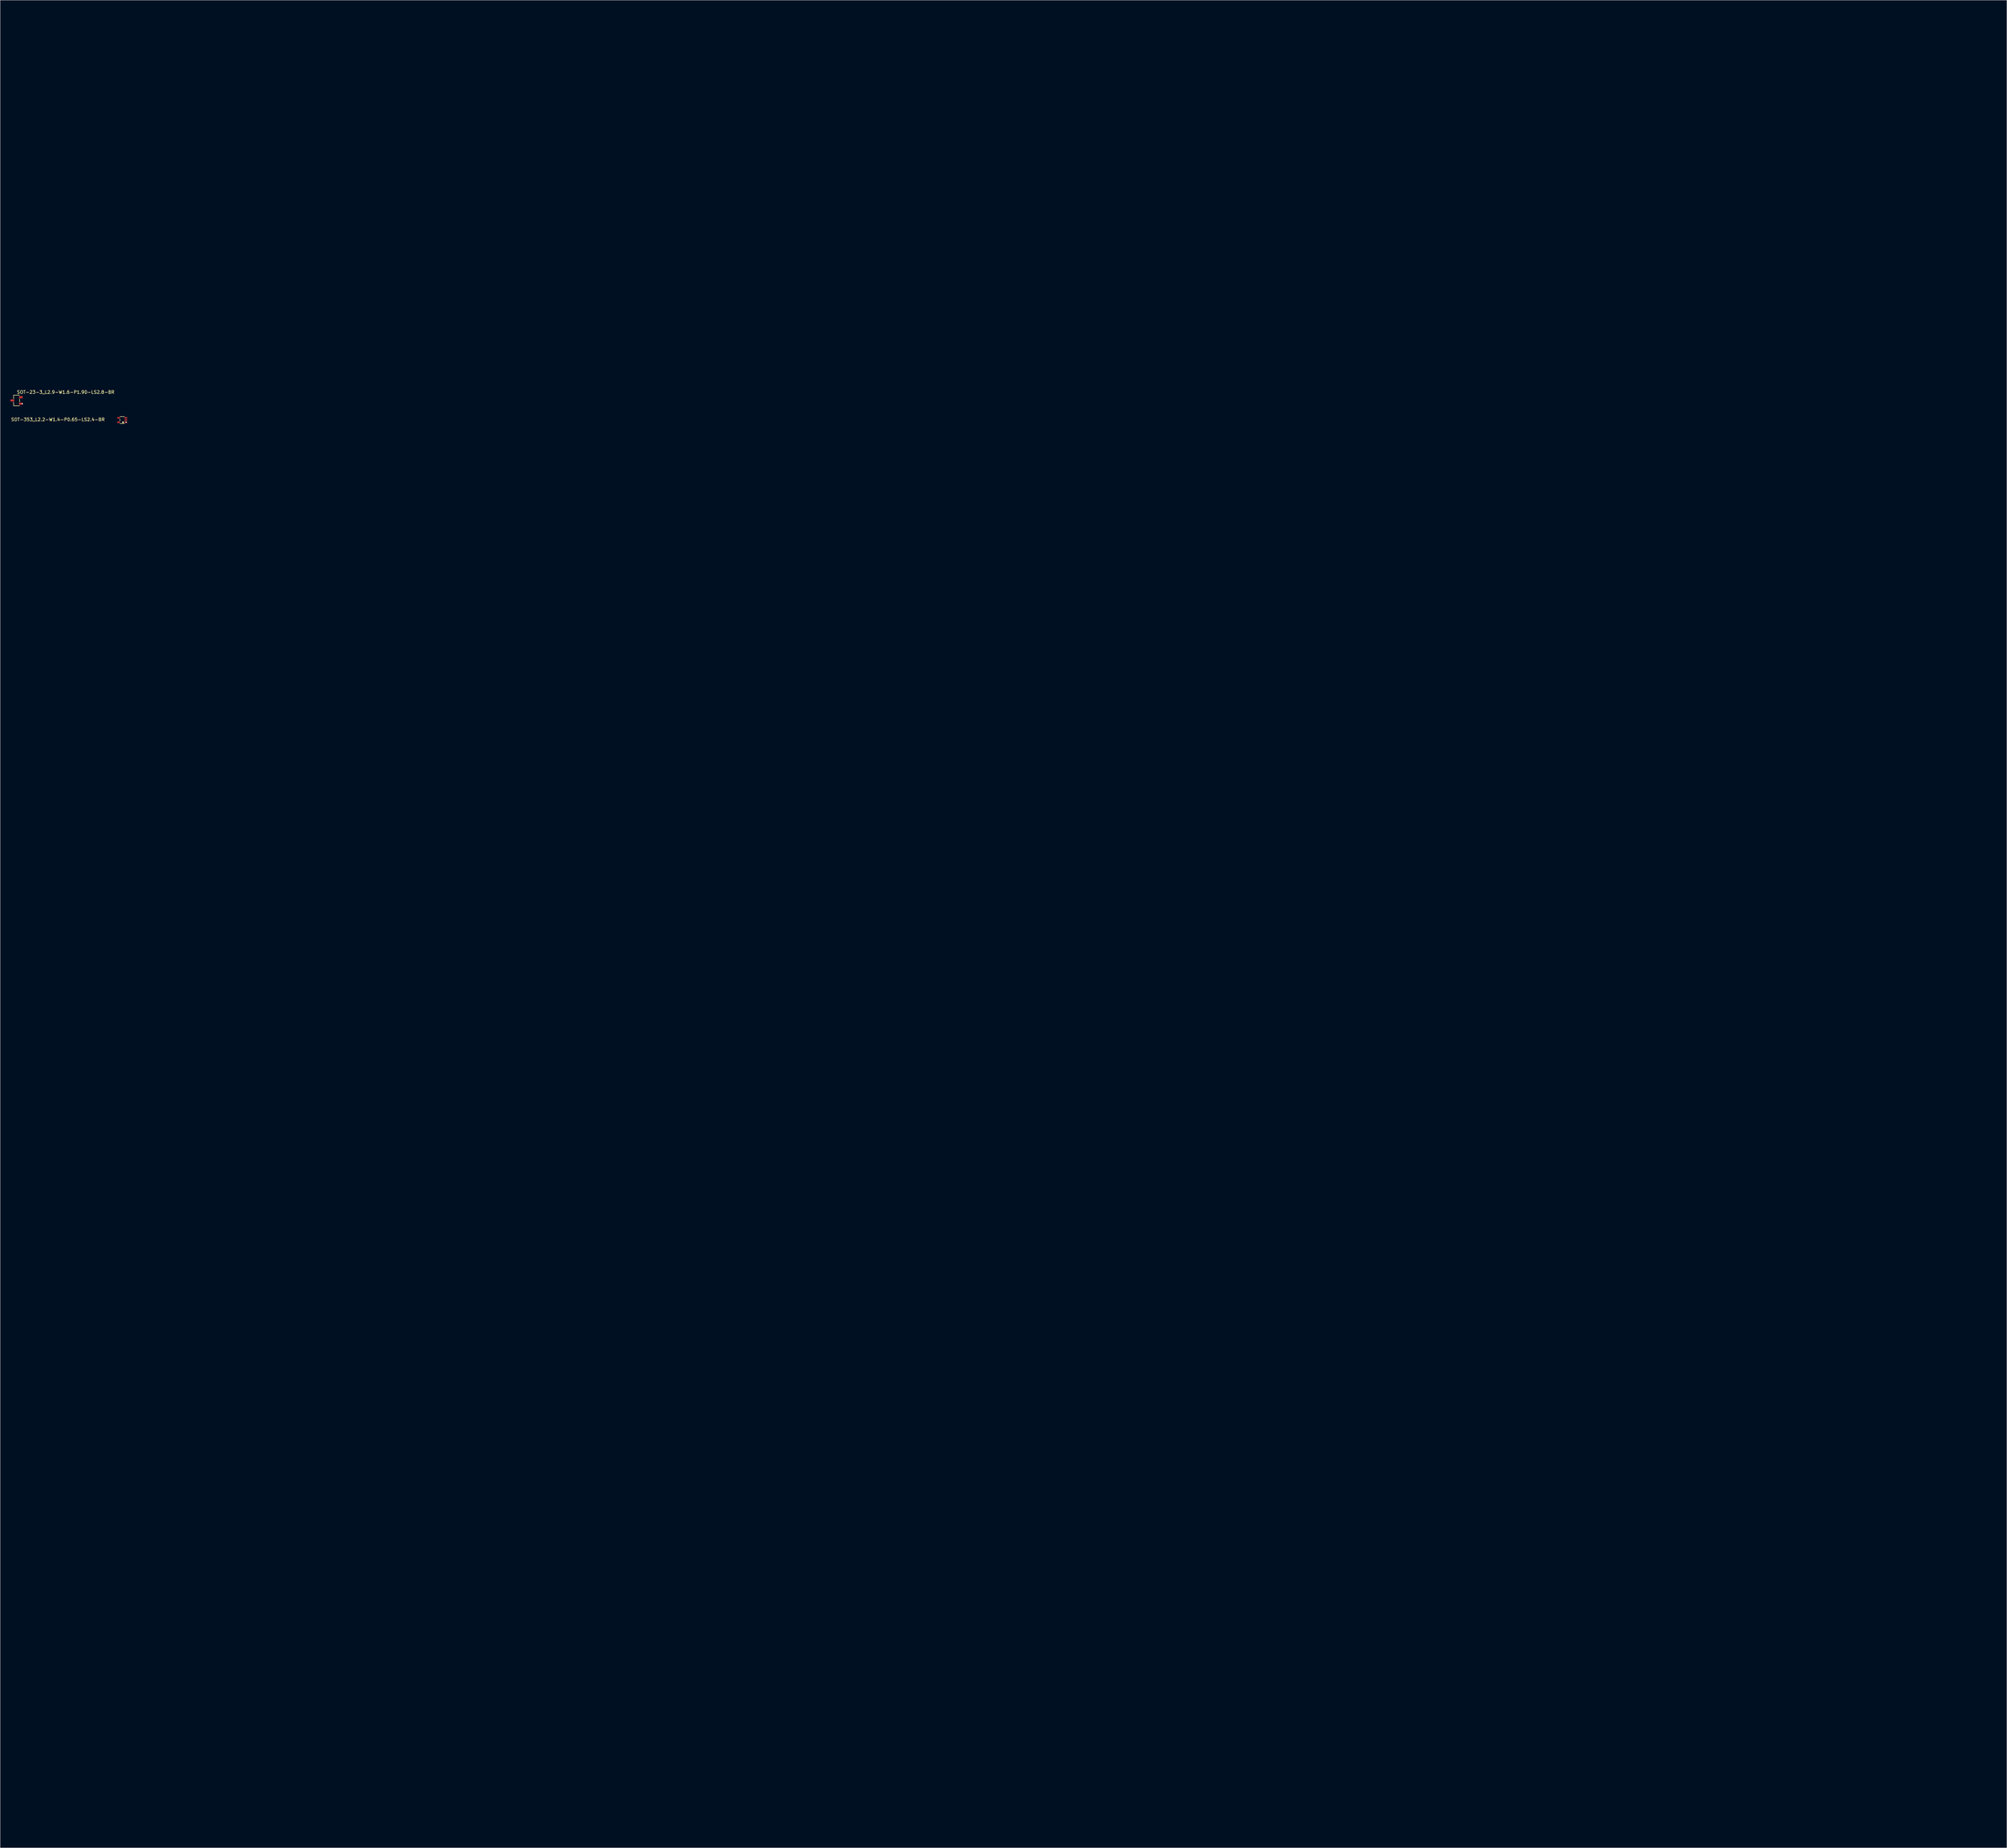
<source format=kicad_pcb>
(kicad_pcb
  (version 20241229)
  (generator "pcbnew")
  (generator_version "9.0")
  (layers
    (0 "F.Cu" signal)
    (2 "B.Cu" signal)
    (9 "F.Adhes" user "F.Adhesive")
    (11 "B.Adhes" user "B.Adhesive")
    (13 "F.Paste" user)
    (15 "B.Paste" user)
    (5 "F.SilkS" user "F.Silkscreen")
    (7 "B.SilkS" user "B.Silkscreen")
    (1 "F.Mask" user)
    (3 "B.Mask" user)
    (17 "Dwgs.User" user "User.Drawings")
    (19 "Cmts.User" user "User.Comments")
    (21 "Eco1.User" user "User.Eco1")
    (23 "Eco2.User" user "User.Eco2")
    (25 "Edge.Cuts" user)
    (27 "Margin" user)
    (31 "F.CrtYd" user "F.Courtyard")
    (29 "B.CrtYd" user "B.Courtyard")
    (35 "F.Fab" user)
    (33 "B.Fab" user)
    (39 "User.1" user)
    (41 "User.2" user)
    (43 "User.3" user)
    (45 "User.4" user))
  (footprint "SOT-23-3_L2.9-W1.6-P1.90-LS2.8-BR"
    (layer "F.Cu")
    (at 1.77 113.422)
    (property "Reference" "SOT-23-3_L2.9-W1.6-P1.90-LS2.8-BR" (at -0.0001 -2.946 0) (layer "F.SilkS") (effects (font (size 0.914 0.914) (thickness 0.152)) (justify left top)))
    (fp_line (start -0.876 -1.536) (end -0.876 -0.495) (stroke (width 0.152) (type default)) (layer "F.SilkS"))
    (fp_line (start -0.876 1.536) (end -0.876 0.495) (stroke (width 0.152) (type default)) (layer "F.SilkS"))
    (fp_line (start 0.876 -1.536) (end -0.876 -1.536) (stroke (width 0.152) (type default)) (layer "F.SilkS"))
    (fp_line (start 0.876 -0.455) (end 0.876 0.455) (stroke (width 0.152) (type default)) (layer "F.SilkS"))
    (fp_line (start 0.876 1.536) (end -0.876 1.536) (stroke (width 0.152) (type default)) (layer "F.SilkS"))
    (fp_circle (center 1.651 0.95) (end 1.751 0.95) (stroke (width 0.2) (type default)) (fill no) (layer "Dwgs.User"))
    (fp_circle (center 1.4 1.46) (end 1.43 1.46) (stroke (width 0.06) (type default)) (fill no) (layer "User.5"))
    (pad "1" smd rect (at 1.235 0.95) (size 1.07 0.6) (layers "F.Cu" "F.Mask" "F.Paste"))
    (pad "2" smd rect (at 1.235 -0.95) (size 1.07 0.6) (layers "F.Cu" "F.Mask" "F.Paste"))
    (pad "3" smd rect (at -1.235 0) (size 1.07 0.6) (layers "F.Cu" "F.Mask" "F.Paste"))
    (zone (net_name "") (layer "User.3") (hatch edge 0.5) (priority 100) (connect_pads yes) (min_thickness 0) (filled_areas_thickness no) (fill yes) (polygon (pts (xy 289.158 2.92) (xy 289.158 0) (xy 290.757 0) (xy 290.757 2.92))) (filled_polygon (layer "User.3") (island) (pts (xy 289.158 2.92) (xy 289.158 0) (xy 290.757 0) (xy 290.757 2.92))))
    (zone (net_name "") (layer "User.4") (hatch edge 0.5) (priority 100) (connect_pads) (min_thickness 0) (filled_areas_thickness no) (keepout (tracks allowed) (vias allowed) (pads allowed) (copperpour not_allowed) (footprints allowed)) (placement (enabled no)) (fill) (polygon (pts (xy 288.998 1.66) (xy 288.998 1.26) (xy 289.168 1.26) (xy 289.168 1.66))))
    (zone (net_name "") (layer "User.4") (hatch edge 0.5) (priority 100) (connect_pads yes) (min_thickness 0) (filled_areas_thickness no) (fill yes) (polygon (pts (xy 289.007 1.66) (xy 289.007 1.26) (xy 288.558 1.26) (xy 288.558 1.66))) (filled_polygon (layer "User.4") (island) (pts (xy 289.007 1.66) (xy 289.007 1.26) (xy 288.558 1.26) (xy 288.558 1.66))))
    (zone (net_name "") (layer "User.4") (hatch edge 0.5) (priority 100) (connect_pads) (min_thickness 0) (filled_areas_thickness no) (keepout (tracks allowed) (vias allowed) (pads allowed) (copperpour not_allowed) (footprints allowed)) (placement (enabled no)) (fill) (polygon (pts (xy 290.748 0.71) (xy 290.748 0.31) (xy 290.918 0.31) (xy 290.918 0.71))))
    (zone (net_name "") (layer "User.4") (hatch edge 0.5) (priority 100) (connect_pads) (min_thickness 0) (filled_areas_thickness no) (keepout (tracks allowed) (vias allowed) (pads allowed) (copperpour not_allowed) (footprints allowed)) (placement (enabled no)) (fill) (polygon (pts (xy 290.748 2.61) (xy 290.748 2.21) (xy 290.918 2.21) (xy 290.918 2.61))))
    (zone (net_name "") (layer "User.4") (hatch edge 0.5) (priority 100) (connect_pads yes) (min_thickness 0) (filled_areas_thickness no) (fill yes) (polygon (pts (xy 290.908 0.71) (xy 290.908 0.31) (xy 291.358 0.31) (xy 291.358 0.71))) (filled_polygon (layer "User.4") (island) (pts (xy 290.908 0.71) (xy 290.908 0.31) (xy 291.358 0.31) (xy 291.358 0.71))))
    (zone (net_name "") (layer "User.4") (hatch edge 0.5) (priority 100) (connect_pads yes) (min_thickness 0) (filled_areas_thickness no) (fill yes) (polygon (pts (xy 290.908 2.61) (xy 290.908 2.21) (xy 291.358 2.21) (xy 291.358 2.61))) (filled_polygon (layer "User.4") (island) (pts (xy 290.908 2.61) (xy 290.908 2.21) (xy 291.358 2.21) (xy 291.358 2.61)))))
  (footprint "SOT-353_L2.2-W1.4-P0.65-LS2.4-BR"
    (layer "F.Cu")
    (at 32.469 119.127)
    (property "Reference" "SOT-353_L2.2-W1.4-P0.65-LS2.4-BR" (at -4.98 0.37 180) (layer "F.SilkS") (effects (font (size 0.914 0.914) (thickness 0.152)) (justify right bottom)))
    (fp_line (start -0.635 -1.016) (end 0.635 -1.016) (stroke (width 0.152) (type default)) (layer "F.SilkS"))
    (fp_line (start -0.635 0.271) (end -0.635 -0.271) (stroke (width 0.152) (type default)) (layer "F.SilkS"))
    (fp_line (start 0.635 1.016) (end -0.635 1.016) (stroke (width 0.152) (type default)) (layer "F.SilkS"))
    (fp_arc (start 0.381 0.6375) (mid 0.131994 0.63635) (end 0.381 0.635) (stroke (width 0.2489) (type default)) (layer "F.SilkS"))
    (fp_circle (center 1.143 0.635) (end 1.243 0.635) (stroke (width 0.2) (type default)) (fill no) (layer "Dwgs.User"))
    (fp_circle (center 1.15 1.05) (end 1.18 1.05) (stroke (width 0.06) (type default)) (fill no) (layer "User.5"))
    (pad "1" smd rect (at 1.05 0.65 270) (size 0.4 0.8) (layers "F.Cu" "F.Mask" "F.Paste"))
    (pad "2" smd rect (at 1.05 0 270) (size 0.4 0.8) (layers "F.Cu" "F.Mask" "F.Paste"))
    (pad "3" smd rect (at 1.05 -0.65 270) (size 0.4 0.8) (layers "F.Cu" "F.Mask" "F.Paste"))
    (pad "4" smd rect (at -1.05 -0.65 270) (size 0.4 0.8) (layers "F.Cu" "F.Mask" "F.Paste"))
    (pad "5" smd rect (at -1.05 0.65 270) (size 0.4 0.8) (layers "F.Cu" "F.Mask" "F.Paste"))
    (zone (net_name "") (layer "User.3") (hatch edge 0.5) (priority 100) (connect_pads yes) (min_thickness 0) (filled_areas_thickness no) (fill yes) (polygon (pts (xy 575.539 531.377) (xy 575.539 529.277) (xy 576.839 529.277) (xy 576.839 531.377))) (filled_polygon (layer "User.3") (island) (pts (xy 575.539 531.377) (xy 575.539 529.277) (xy 576.839 529.277) (xy 576.839 531.377))))
    (zone (net_name "") (layer "User.4") (hatch edge 0.5) (priority 100) (connect_pads yes) (min_thickness 0) (filled_areas_thickness no) (fill yes) (polygon (pts (xy 575.039 529.802) (xy 575.039 529.552) (xy 575.399 529.552) (xy 575.399 529.802))) (filled_polygon (layer "User.4") (island) (pts (xy 575.039 529.802) (xy 575.039 529.552) (xy 575.399 529.552) (xy 575.399 529.802))))
    (zone (net_name "") (layer "User.4") (hatch edge 0.5) (priority 100) (connect_pads yes) (min_thickness 0) (filled_areas_thickness no) (fill yes) (polygon (pts (xy 575.039 531.102) (xy 575.039 530.852) (xy 575.399 530.852) (xy 575.399 531.102))) (filled_polygon (layer "User.4") (island) (pts (xy 575.039 531.102) (xy 575.039 530.852) (xy 575.399 530.852) (xy 575.399 531.102))))
    (zone (net_name "") (layer "User.4") (hatch edge 0.5) (priority 100) (connect_pads) (min_thickness 0) (filled_areas_thickness no) (keepout (tracks allowed) (vias allowed) (pads allowed) (copperpour not_allowed) (footprints allowed)) (placement (enabled no)) (fill) (polygon (pts (xy 575.389 529.802) (xy 575.389 529.552) (xy 575.574 529.552) (xy 575.574 529.802))))
    (zone (net_name "") (layer "User.4") (hatch edge 0.5) (priority 100) (connect_pads) (min_thickness 0) (filled_areas_thickness no) (keepout (tracks allowed) (vias allowed) (pads allowed) (copperpour not_allowed) (footprints allowed)) (placement (enabled no)) (fill) (polygon (pts (xy 575.389 531.102) (xy 575.389 530.852) (xy 575.574 530.852) (xy 575.574 531.102))))
    (zone (net_name "") (layer "User.4") (hatch edge 0.5) (priority 100) (connect_pads) (min_thickness 0) (filled_areas_thickness no) (keepout (tracks allowed) (vias allowed) (pads allowed) (copperpour not_allowed) (footprints allowed)) (placement (enabled no)) (fill) (polygon (pts (xy 576.804 529.802) (xy 576.804 529.552) (xy 576.989 529.552) (xy 576.989 529.802))))
    (zone (net_name "") (layer "User.4") (hatch edge 0.5) (priority 100) (connect_pads) (min_thickness 0) (filled_areas_thickness no) (keepout (tracks allowed) (vias allowed) (pads allowed) (copperpour not_allowed) (footprints allowed)) (placement (enabled no)) (fill) (polygon (pts (xy 576.804 530.452) (xy 576.804 530.202) (xy 576.989 530.202) (xy 576.989 530.452))))
    (zone (net_name "") (layer "User.4") (hatch edge 0.5) (priority 100) (connect_pads) (min_thickness 0) (filled_areas_thickness no) (keepout (tracks allowed) (vias allowed) (pads allowed) (copperpour not_allowed) (footprints allowed)) (placement (enabled no)) (fill) (polygon (pts (xy 576.804 531.102) (xy 576.804 530.852) (xy 576.989 530.852) (xy 576.989 531.102))))
    (zone (net_name "") (layer "User.4") (hatch edge 0.5) (priority 100) (connect_pads yes) (min_thickness 0) (filled_areas_thickness no) (fill yes) (polygon (pts (xy 576.979 529.802) (xy 576.979 529.552) (xy 577.339 529.552) (xy 577.339 529.802))) (filled_polygon (layer "User.4") (island) (pts (xy 576.979 529.802) (xy 576.979 529.552) (xy 577.339 529.552) (xy 577.339 529.802))))
    (zone (net_name "") (layer "User.4") (hatch edge 0.5) (priority 100) (connect_pads yes) (min_thickness 0) (filled_areas_thickness no) (fill yes) (polygon (pts (xy 576.979 530.452) (xy 576.979 530.202) (xy 577.339 530.202) (xy 577.339 530.452))) (filled_polygon (layer "User.4") (island) (pts (xy 576.979 530.452) (xy 576.979 530.202) (xy 577.339 530.202) (xy 577.339 530.452))))
    (zone (net_name "") (layer "User.4") (hatch edge 0.5) (priority 100) (connect_pads yes) (min_thickness 0) (filled_areas_thickness no) (fill yes) (polygon (pts (xy 576.979 531.102) (xy 576.979 530.852) (xy 577.339 530.852) (xy 577.339 531.102))) (filled_polygon (layer "User.4") (island) (pts (xy 576.979 531.102) (xy 576.979 530.852) (xy 577.339 530.852) (xy 577.339 531.102)))))
  (gr_rect
    (start -3 -3)
    (end 580.339 534.377)
    (stroke (width 0.1) (type default))
    (fill no)
    (layer "Edge.Cuts")))
</source>
